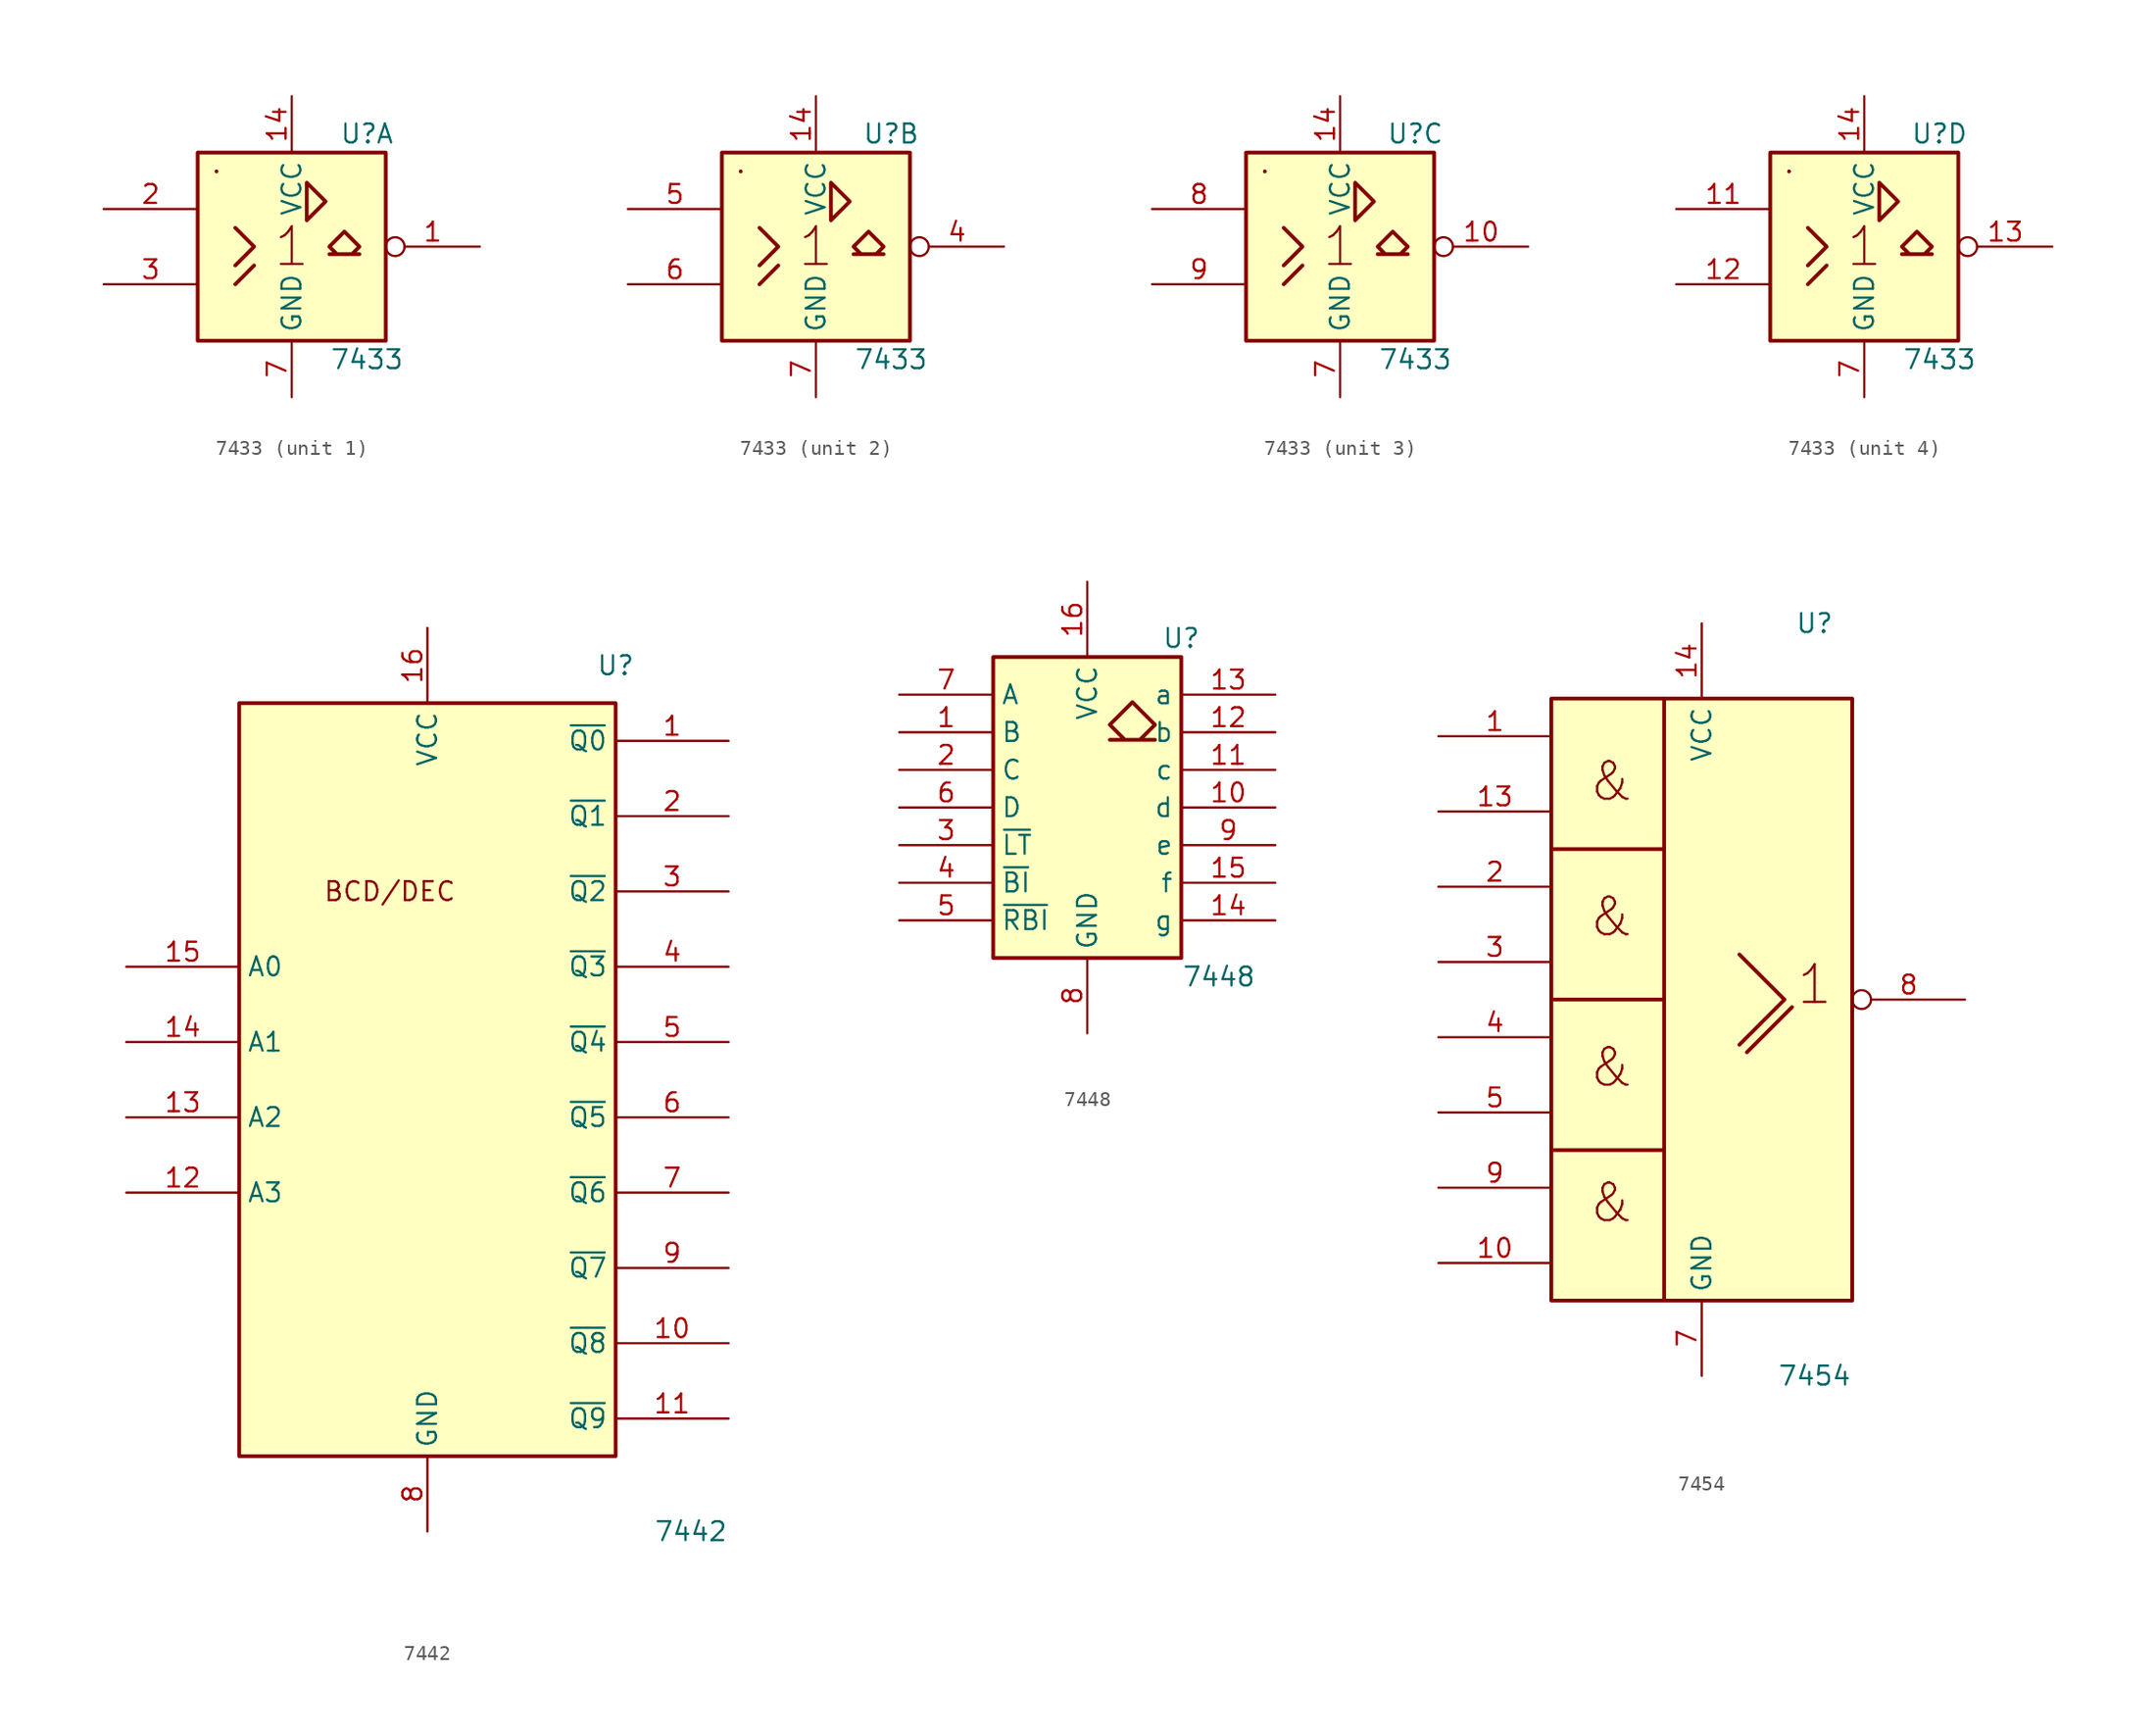
<source format=kicad_sym>
(kicad_symbol_lib
  (version 20241209)
  (generator "kicad_symbol_editor")
  (generator_version "9.0")
  (symbol "7433"
    (property "Reference" "U"
      (at 5.08 7.62 0)
      (effects (font (size 1.27 1.27))))
    (property "Value" "7433"
      (at 5.08 -7.62 0)
      (effects (font (size 1.27 1.27))))
    (symbol "7433_0_0"
      (rectangle (start -5.08 5.08) (end -5.08 5.08) (stroke (width 0.254) (type default)) (fill (type background)))
      (polyline (pts (xy -3.81 1.27) (xy -2.54 0) (xy -3.81 -1.27) (xy -3.81 -1.27)) (stroke (width 0.254) (type default)) (fill (type background)))
      (polyline (pts (xy -3.81 -2.54) (xy -2.54 -1.27) (xy -2.54 -1.27)) (stroke (width 0.254) (type default)) (fill (type background)))
      (polyline (pts (xy 1.016 4.318) (xy 1.016 1.778) (xy 2.286 3.048) (xy 1.016 4.318) (xy 1.016 4.318)) (stroke (width 0.254) (type default)) (fill (type background)))
      (text "1" (at 0 0 0) (effects (font (size 2.54 2.54))))
      (pin power_in line (at 0 10.16 270) (length 3.81) (name "VCC" (effects (font (size 1.27 1.27)))) (number "14" (effects (font (size 1.27 1.27)))))
      (pin power_in line (at 0 -10.16 90) (length 3.81) (name "GND" (effects (font (size 1.27 1.27)))) (number "7" (effects (font (size 1.27 1.27))))))
    (symbol "7433_0_1"
      (rectangle (start -6.35 6.35) (end 6.35 -6.35) (stroke (width 0.254) (type default)) (fill (type background)))
      (polyline (pts (xy 3.556 1.016) (xy 4.572 0) (xy 4.064 -0.508) (xy 4.572 -0.508) (xy 2.54 -0.508) (xy 3.556 -0.508) (xy 3.556 -0.508) (xy 3.048 -0.508) (xy 2.54 0) (xy 3.556 1.016) (xy 3.556 1.016)) (stroke (width 0.254) (type default)) (fill (type background))))
    (symbol "7433_1_1"
      (pin input line (at -12.7 2.54 0) (length 6.35) (name "~" (effects (font (size 1.27 1.27)))) (number "2" (effects (font (size 1.27 1.27)))))
      (pin input line (at -12.7 -2.54 0) (length 6.35) (name "~" (effects (font (size 1.27 1.27)))) (number "3" (effects (font (size 1.27 1.27)))))
      (pin open_collector inverted (at 12.7 0 180) (length 6.35) (name "~" (effects (font (size 1.27 1.27)))) (number "1" (effects (font (size 1.27 1.27))))))
    (symbol "7433_2_1"
      (pin input line (at -12.7 2.54 0) (length 6.35) (name "~" (effects (font (size 1.27 1.27)))) (number "5" (effects (font (size 1.27 1.27)))))
      (pin input line (at -12.7 -2.54 0) (length 6.35) (name "~" (effects (font (size 1.27 1.27)))) (number "6" (effects (font (size 1.27 1.27)))))
      (pin open_collector inverted (at 12.7 0 180) (length 6.35) (name "~" (effects (font (size 1.27 1.27)))) (number "4" (effects (font (size 1.27 1.27))))))
    (symbol "7433_3_1"
      (pin input line (at -12.7 2.54 0) (length 6.35) (name "~" (effects (font (size 1.27 1.27)))) (number "8" (effects (font (size 1.27 1.27)))))
      (pin input line (at -12.7 -2.54 0) (length 6.35) (name "~" (effects (font (size 1.27 1.27)))) (number "9" (effects (font (size 1.27 1.27)))))
      (pin open_collector inverted (at 12.7 0 180) (length 6.35) (name "~" (effects (font (size 1.27 1.27)))) (number "10" (effects (font (size 1.27 1.27))))))
    (symbol "7433_4_1"
      (pin input line (at -12.7 2.54 0) (length 6.35) (name "~" (effects (font (size 1.27 1.27)))) (number "11" (effects (font (size 1.27 1.27)))))
      (pin input line (at -12.7 -2.54 0) (length 6.35) (name "~" (effects (font (size 1.27 1.27)))) (number "12" (effects (font (size 1.27 1.27)))))
      (pin open_collector inverted (at 12.7 0 180) (length 6.35) (name "~" (effects (font (size 1.27 1.27)))) (number "13" (effects (font (size 1.27 1.27)))))))
  (symbol "7442"
    (property "Reference" "U"
      (at 12.7 27.94 0)
      (effects (font (size 1.27 1.27))))
    (property "Value" "7442"
      (at 17.78 -30.48 0)
      (effects (font (size 1.27 1.27))))
    (symbol "7442_0_0"
      (rectangle (start -12.7 25.4) (end 12.7 -25.4) (stroke (width 0.254) (type default)) (fill (type background)))
      (text "BCD/DEC" (at -2.54 12.7 0) (effects (font (size 1.27 1.27))))
      (pin power_in line (at 0 30.48 270) (length 5.08) (name "VCC" (effects (font (size 1.27 1.27)))) (number "16" (effects (font (size 1.27 1.27)))))
      (pin power_in line (at 0 -30.48 90) (length 5.08) (name "GND" (effects (font (size 1.27 1.27)))) (number "8" (effects (font (size 1.27 1.27))))))
    (symbol "7442_1_1"
      (pin input line (at -20.32 7.62 0) (length 7.62) (name "A0" (effects (font (size 1.27 1.27)))) (number "15" (effects (font (size 1.27 1.27)))))
      (pin input line (at -20.32 2.54 0) (length 7.62) (name "A1" (effects (font (size 1.27 1.27)))) (number "14" (effects (font (size 1.27 1.27)))))
      (pin input line (at -20.32 -2.54 0) (length 7.62) (name "A2" (effects (font (size 1.27 1.27)))) (number "13" (effects (font (size 1.27 1.27)))))
      (pin input line (at -20.32 -7.62 0) (length 7.62) (name "A3" (effects (font (size 1.27 1.27)))) (number "12" (effects (font (size 1.27 1.27)))))
      (pin output line (at 20.32 22.86 180) (length 7.62) (name "~{Q0}" (effects (font (size 1.27 1.27)))) (number "1" (effects (font (size 1.27 1.27)))))
      (pin output line (at 20.32 17.78 180) (length 7.62) (name "~{Q1}" (effects (font (size 1.27 1.27)))) (number "2" (effects (font (size 1.27 1.27)))))
      (pin output line (at 20.32 12.7 180) (length 7.62) (name "~{Q2}" (effects (font (size 1.27 1.27)))) (number "3" (effects (font (size 1.27 1.27)))))
      (pin output line (at 20.32 7.62 180) (length 7.62) (name "~{Q3}" (effects (font (size 1.27 1.27)))) (number "4" (effects (font (size 1.27 1.27)))))
      (pin output line (at 20.32 2.54 180) (length 7.62) (name "~{Q4}" (effects (font (size 1.27 1.27)))) (number "5" (effects (font (size 1.27 1.27)))))
      (pin output line (at 20.32 -2.54 180) (length 7.62) (name "~{Q5}" (effects (font (size 1.27 1.27)))) (number "6" (effects (font (size 1.27 1.27)))))
      (pin output line (at 20.32 -7.62 180) (length 7.62) (name "~{Q6}" (effects (font (size 1.27 1.27)))) (number "7" (effects (font (size 1.27 1.27)))))
      (pin output line (at 20.32 -12.7 180) (length 7.62) (name "~{Q7}" (effects (font (size 1.27 1.27)))) (number "9" (effects (font (size 1.27 1.27)))))
      (pin output line (at 20.32 -17.78 180) (length 7.62) (name "~{Q8}" (effects (font (size 1.27 1.27)))) (number "10" (effects (font (size 1.27 1.27)))))
      (pin output line (at 20.32 -22.86 180) (length 7.62) (name "~{Q9}" (effects (font (size 1.27 1.27)))) (number "11" (effects (font (size 1.27 1.27)))))))
  (symbol "7448"
    (property "Reference" "U"
      (at 6.35 11.43 0)
      (effects (font (size 1.27 1.27))))
    (property "Value" "7448"
      (at 8.89 -11.43 0)
      (effects (font (size 1.27 1.27))))
    (symbol "7448_0_0"
      (rectangle (start -6.35 10.16) (end 6.35 -10.16) (stroke (width 0.254) (type default)) (fill (type background)))
      (polyline (pts (xy 3.556 4.572) (xy 4.572 5.588) (xy 3.048 7.112) (xy 1.524 5.588) (xy 2.54 4.572) (xy 1.524 4.572) (xy 4.572 4.572) (xy 4.572 4.572)) (stroke (width 0.254) (type default)) (fill (type background)))
      (pin power_in line (at 0 15.24 270) (length 5.08) (name "VCC" (effects (font (size 1.27 1.27)))) (number "16" (effects (font (size 1.27 1.27)))))
      (pin power_in line (at 0 -15.24 90) (length 5.08) (name "GND" (effects (font (size 1.27 1.27)))) (number "8" (effects (font (size 1.27 1.27))))))
    (symbol "7448_1_1"
      (pin input line (at -12.7 7.62 0) (length 6.35) (name "A" (effects (font (size 1.27 1.27)))) (number "7" (effects (font (size 1.27 1.27)))))
      (pin input line (at -12.7 5.08 0) (length 6.35) (name "B" (effects (font (size 1.27 1.27)))) (number "1" (effects (font (size 1.27 1.27)))))
      (pin input line (at -12.7 2.54 0) (length 6.35) (name "C" (effects (font (size 1.27 1.27)))) (number "2" (effects (font (size 1.27 1.27)))))
      (pin input line (at -12.7 0 0) (length 6.35) (name "D" (effects (font (size 1.27 1.27)))) (number "6" (effects (font (size 1.27 1.27)))))
      (pin input line (at -12.7 -2.54 0) (length 6.35) (name "~{LT}" (effects (font (size 1.27 1.27)))) (number "3" (effects (font (size 1.27 1.27)))))
      (pin input line (at -12.7 -5.08 0) (length 6.35) (name "~{BI}" (effects (font (size 1.27 1.27)))) (number "4" (effects (font (size 1.27 1.27)))))
      (pin input line (at -12.7 -7.62 0) (length 6.35) (name "~{RBI}" (effects (font (size 1.27 1.27)))) (number "5" (effects (font (size 1.27 1.27)))))
      (pin open_collector line (at 12.7 7.62 180) (length 6.35) (name "a" (effects (font (size 1.27 1.27)))) (number "13" (effects (font (size 1.27 1.27)))))
      (pin open_collector line (at 12.7 5.08 180) (length 6.35) (name "b" (effects (font (size 1.27 1.27)))) (number "12" (effects (font (size 1.27 1.27)))))
      (pin open_collector line (at 12.7 2.54 180) (length 6.35) (name "c" (effects (font (size 1.27 1.27)))) (number "11" (effects (font (size 1.27 1.27)))))
      (pin open_collector line (at 12.7 0 180) (length 6.35) (name "d" (effects (font (size 1.27 1.27)))) (number "10" (effects (font (size 1.27 1.27)))))
      (pin open_collector line (at 12.7 -2.54 180) (length 6.35) (name "e" (effects (font (size 1.27 1.27)))) (number "9" (effects (font (size 1.27 1.27)))))
      (pin open_collector line (at 12.7 -5.08 180) (length 6.35) (name "f" (effects (font (size 1.27 1.27)))) (number "15" (effects (font (size 1.27 1.27)))))
      (pin open_collector line (at 12.7 -7.62 180) (length 6.35) (name "g" (effects (font (size 1.27 1.27)))) (number "14" (effects (font (size 1.27 1.27)))))))
  (symbol "7454"
    (property "Reference" "U"
      (at 7.62 25.4 0)
      (effects (font (size 1.27 1.27))))
    (property "Value" "7454"
      (at 7.62 -25.4 0)
      (effects (font (size 1.27 1.27))))
    (symbol "7454_0_0"
      (polyline (pts (xy 2.54 3.048) (xy 5.588 0) (xy 2.54 -3.048) (xy 2.54 -3.048)) (stroke (width 0.254) (type default)) (fill (type background)))
      (polyline (pts (xy 3.048 -3.556) (xy 6.096 -0.508) (xy 6.096 -0.508)) (stroke (width 0.254) (type default)) (fill (type background)))
      (text "&" (at -6.096 14.732 0) (effects (font (size 2.54 2.54))))
      (text "&" (at -6.096 5.588 0) (effects (font (size 2.54 2.54))))
      (text "&" (at -6.096 -4.572 0) (effects (font (size 2.54 2.54))))
      (text "&" (at -6.096 -13.716 0) (effects (font (size 2.54 2.54))))
      (text "1" (at 7.62 1.016 0) (effects (font (size 2.54 2.54))))
      (pin power_in line (at 0 25.4 270) (length 5.08) (name "VCC" (effects (font (size 1.27 1.27)))) (number "14" (effects (font (size 1.27 1.27))))))
    (symbol "7454_0_1"
      (rectangle (start -10.16 20.32) (end 10.16 -20.32) (stroke (width 0.254) (type default)) (fill (type background)))
      (polyline (pts (xy -2.54 20.32) (xy -2.54 10.16) (xy -10.16 10.16) (xy -2.54 10.16) (xy -2.54 0) (xy -10.16 0) (xy -2.54 0) (xy -2.54 -10.16) (xy -10.16 -10.16) (xy -2.54 -10.16) (xy -2.54 -20.32) (xy -2.54 -20.32)) (stroke (width 0.254) (type default)) (fill (type background)))
      (pin power_in line (at 0 -25.4 90) (length 5.08) (name "GND" (effects (font (size 1.27 1.27)))) (number "7" (effects (font (size 1.27 1.27))))))
    (symbol "7454_1_1"
      (pin input line (at -17.78 17.78 0) (length 7.62) (name "~" (effects (font (size 1.27 1.27)))) (number "1" (effects (font (size 1.27 1.27)))))
      (pin input line (at -17.78 12.7 0) (length 7.62) (name "~" (effects (font (size 1.27 1.27)))) (number "13" (effects (font (size 1.27 1.27)))))
      (pin input line (at -17.78 7.62 0) (length 7.62) (name "~" (effects (font (size 1.27 1.27)))) (number "2" (effects (font (size 1.27 1.27)))))
      (pin input line (at -17.78 2.54 0) (length 7.62) (name "~" (effects (font (size 1.27 1.27)))) (number "3" (effects (font (size 1.27 1.27)))))
      (pin input line (at -17.78 -2.54 0) (length 7.62) (name "~" (effects (font (size 1.27 1.27)))) (number "4" (effects (font (size 1.27 1.27)))))
      (pin input line (at -17.78 -7.62 0) (length 7.62) (name "~" (effects (font (size 1.27 1.27)))) (number "5" (effects (font (size 1.27 1.27)))))
      (pin input line (at -17.78 -12.7 0) (length 7.62) (name "~" (effects (font (size 1.27 1.27)))) (number "9" (effects (font (size 1.27 1.27)))))
      (pin input line (at -17.78 -17.78 0) (length 7.62) (name "~" (effects (font (size 1.27 1.27)))) (number "10" (effects (font (size 1.27 1.27)))))
      (pin output inverted (at 17.78 0 180) (length 7.62) (name "~" (effects (font (size 1.27 1.27)))) (number "8" (effects (font (size 1.27 1.27))))))))
</source>
